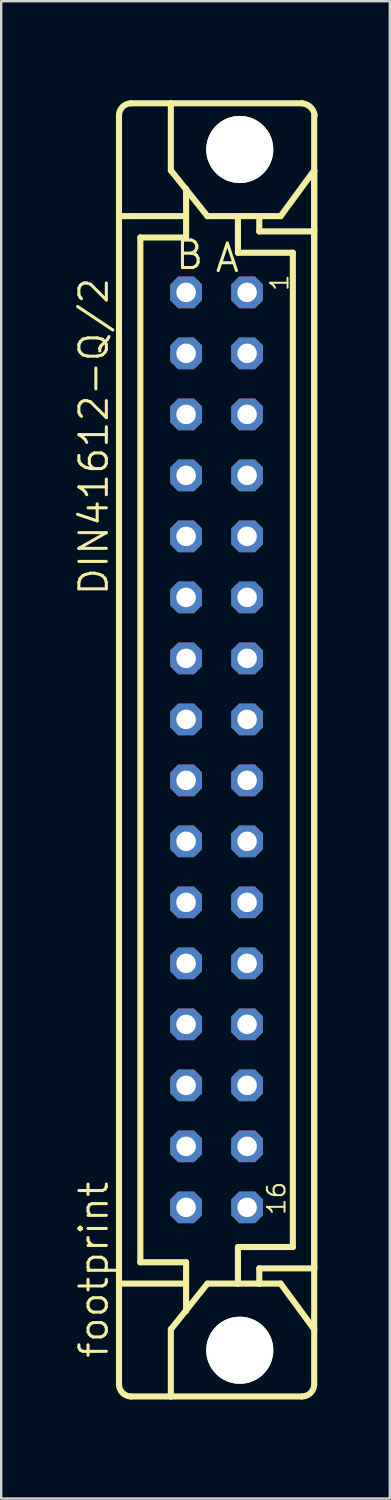
<source format=kicad_pcb>
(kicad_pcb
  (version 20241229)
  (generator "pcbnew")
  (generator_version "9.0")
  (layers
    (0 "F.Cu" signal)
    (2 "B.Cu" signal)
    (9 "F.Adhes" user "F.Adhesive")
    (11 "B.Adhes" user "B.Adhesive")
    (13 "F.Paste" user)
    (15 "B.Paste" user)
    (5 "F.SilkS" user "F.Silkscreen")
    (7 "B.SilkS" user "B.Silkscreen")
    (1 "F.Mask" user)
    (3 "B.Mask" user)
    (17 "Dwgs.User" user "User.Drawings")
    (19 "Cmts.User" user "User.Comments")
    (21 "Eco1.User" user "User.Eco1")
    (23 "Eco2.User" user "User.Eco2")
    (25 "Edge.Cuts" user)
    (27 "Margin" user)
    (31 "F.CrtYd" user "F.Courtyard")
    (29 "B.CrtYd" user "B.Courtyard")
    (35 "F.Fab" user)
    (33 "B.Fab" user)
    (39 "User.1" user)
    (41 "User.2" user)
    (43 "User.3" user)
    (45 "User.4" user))
  (footprint "footprint"
    (layer "F.Cu")
    (at 5.969 28.175)
    (property "Reference" "footprint" (at -4.445 25.4 90) (layer "F.SilkS") (effects (font (size 1.143 1.143) (thickness 0.127)) (justify left bottom)))
    (fp_line (start -4.064 -22.225) (end -4.064 -26.416) (stroke (width 0.254) (type solid)) (layer "F.SilkS"))
    (fp_line (start -4.064 -22.225) (end -4.064 22.225) (stroke (width 0.254) (type solid)) (layer "F.SilkS"))
    (fp_line (start -4.064 22.225) (end -4.064 26.416) (stroke (width 0.254) (type solid)) (layer "F.SilkS"))
    (fp_line (start -3.556 26.924) (end -1.905 26.924) (stroke (width 0.254) (type solid)) (layer "F.SilkS"))
    (fp_line (start -3.175 21.336) (end -3.175 -21.336) (stroke (width 0.254) (type solid)) (layer "F.SilkS"))
    (fp_line (start -1.905 -26.924) (end -3.556 -26.924) (stroke (width 0.254) (type solid)) (layer "F.SilkS"))
    (fp_line (start -1.905 -26.924) (end -1.905 -24.13) (stroke (width 0.254) (type solid)) (layer "F.SilkS"))
    (fp_line (start -1.905 26.924) (end -1.905 24.13) (stroke (width 0.254) (type solid)) (layer "F.SilkS"))
    (fp_line (start -1.905 26.924) (end 3.556 26.924) (stroke (width 0.254) (type solid)) (layer "F.SilkS"))
    (fp_line (start -1.27 -22.225) (end -4.064 -22.225) (stroke (width 0.254) (type solid)) (layer "F.SilkS"))
    (fp_line (start -1.27 -22.225) (end -1.27 -23.368) (stroke (width 0.254) (type solid)) (layer "F.SilkS"))
    (fp_line (start -1.27 -22.225) (end -1.27 -21.336) (stroke (width 0.254) (type solid)) (layer "F.SilkS"))
    (fp_line (start -1.27 -21.336) (end -3.175 -21.336) (stroke (width 0.254) (type solid)) (layer "F.SilkS"))
    (fp_line (start -1.27 21.336) (end -3.175 21.336) (stroke (width 0.254) (type solid)) (layer "F.SilkS"))
    (fp_line (start -1.27 22.225) (end -4.064 22.225) (stroke (width 0.254) (type solid)) (layer "F.SilkS"))
    (fp_line (start -1.27 22.225) (end -1.27 21.336) (stroke (width 0.254) (type solid)) (layer "F.SilkS"))
    (fp_line (start -1.27 22.225) (end -1.27 23.368) (stroke (width 0.254) (type solid)) (layer "F.SilkS"))
    (fp_line (start -0.381 -22.225) (end -1.905 -24.13) (stroke (width 0.254) (type solid)) (layer "F.SilkS"))
    (fp_line (start -0.381 -22.225) (end 0.889 -22.225) (stroke (width 0.254) (type solid)) (layer "F.SilkS"))
    (fp_line (start -0.381 22.225) (end -1.905 24.13) (stroke (width 0.254) (type solid)) (layer "F.SilkS"))
    (fp_line (start -0.381 22.225) (end 0.889 22.225) (stroke (width 0.254) (type solid)) (layer "F.SilkS"))
    (fp_line (start 0.889 -22.225) (end 1.778 -22.225) (stroke (width 0.254) (type solid)) (layer "F.SilkS"))
    (fp_line (start 0.889 -20.701) (end 0.889 -22.225) (stroke (width 0.254) (type solid)) (layer "F.SilkS"))
    (fp_line (start 0.889 22.225) (end 0.889 20.701) (stroke (width 0.254) (type solid)) (layer "F.SilkS"))
    (fp_line (start 0.889 22.225) (end 1.778 22.225) (stroke (width 0.254) (type solid)) (layer "F.SilkS"))
    (fp_line (start 1.778 -22.225) (end 1.778 -21.59) (stroke (width 0.254) (type solid)) (layer "F.SilkS"))
    (fp_line (start 1.778 -22.225) (end 2.667 -22.225) (stroke (width 0.254) (type solid)) (layer "F.SilkS"))
    (fp_line (start 1.778 -21.59) (end 4.064 -21.59) (stroke (width 0.254) (type solid)) (layer "F.SilkS"))
    (fp_line (start 1.778 21.59) (end 4.064 21.59) (stroke (width 0.254) (type solid)) (layer "F.SilkS"))
    (fp_line (start 1.778 22.225) (end 1.778 21.59) (stroke (width 0.254) (type solid)) (layer "F.SilkS"))
    (fp_line (start 1.778 22.225) (end 2.667 22.225) (stroke (width 0.254) (type solid)) (layer "F.SilkS"))
    (fp_line (start 2.667 -22.225) (end 4.064 -24.13) (stroke (width 0.254) (type solid)) (layer "F.SilkS"))
    (fp_line (start 2.667 22.225) (end 4.064 24.13) (stroke (width 0.254) (type solid)) (layer "F.SilkS"))
    (fp_line (start 3.175 -20.701) (end 0.889 -20.701) (stroke (width 0.254) (type solid)) (layer "F.SilkS"))
    (fp_line (start 3.175 20.701) (end 0.889 20.701) (stroke (width 0.254) (type solid)) (layer "F.SilkS"))
    (fp_line (start 3.175 20.701) (end 3.175 -20.701) (stroke (width 0.254) (type solid)) (layer "F.SilkS"))
    (fp_line (start 3.556 -26.924) (end -1.905 -26.924) (stroke (width 0.254) (type solid)) (layer "F.SilkS"))
    (fp_line (start 4.064 -24.13) (end 4.064 -26.416) (stroke (width 0.254) (type solid)) (layer "F.SilkS"))
    (fp_line (start 4.064 -24.13) (end 4.064 -21.59) (stroke (width 0.254) (type solid)) (layer "F.SilkS"))
    (fp_line (start 4.064 -21.59) (end 4.064 21.59) (stroke (width 0.254) (type solid)) (layer "F.SilkS"))
    (fp_line (start 4.064 21.59) (end 4.064 -24.13) (stroke (width 0.254) (type solid)) (layer "F.SilkS"))
    (fp_line (start 4.064 21.59) (end 4.064 24.13) (stroke (width 0.254) (type solid)) (layer "F.SilkS"))
    (fp_line (start 4.064 24.13) (end 4.064 26.416) (stroke (width 0.254) (type solid)) (layer "F.SilkS"))
    (fp_arc (start -4.064 -26.416) (mid -3.91521 -26.77521) (end -3.556 -26.924) (stroke (width 0.254) (type solid)) (layer "F.SilkS"))
    (fp_arc (start -3.556 26.924) (mid -3.91521 26.77521) (end -4.064 26.416) (stroke (width 0.254) (type solid)) (layer "F.SilkS"))
    (fp_arc (start 3.556 -26.924) (mid 3.909437 -26.764314) (end 4.086 -26.418999) (stroke (width 0.254) (type solid)) (layer "F.SilkS"))
    (fp_arc (start 4.064 26.416) (mid 3.91521 26.77521) (end 3.556 26.924) (stroke (width 0.254) (type solid)) (layer "F.SilkS"))
    (fp_circle (center 0.965 -25) (end 2.235 -25) (stroke (width 0.254) (type solid)) (fill no) (layer "F.SilkS"))
    (fp_circle (center 0.965 25) (end 2.235 25) (stroke (width 0.254) (type solid)) (fill no) (layer "F.SilkS"))
    (fp_text user "B" (at -1.778 -19.939 0) (layer "F.SilkS") (effects (font (size 1.143 1.143) (thickness 0.127)) (justify left bottom)))
    (fp_text user "DIN41612-Q/2" (at -4.445 -6.35 90) (layer "F.SilkS") (effects (font (size 1.143 1.143) (thickness 0.127)) (justify left bottom)))
    (fp_text user "16" (at 2.921 19.431 90) (layer "F.SilkS") (effects (font (size 0.732 0.732) (thickness 0.081)) (justify left bottom)))
    (fp_text user "A" (at -0.127 -19.812 0) (layer "F.SilkS") (effects (font (size 1.143 1.143) (thickness 0.127)) (justify left bottom)))
    (fp_text user "1" (at 3.048 -19.05 90) (layer "F.SilkS") (effects (font (size 0.732 0.732) (thickness 0.081)) (justify left bottom)))
    (pad "" np_thru_hole circle (at 0.965 -25) (size 2.794 2.794) (drill 2.794) (layers "*.Cu" "*.Mask"))
    (pad "" np_thru_hole circle (at 0.965 25) (size 2.794 2.794) (drill 2.794) (layers "*.Cu" "*.Mask"))
    (pad "A1" thru_hole roundrect (at 1.27 -19.05) (size 1.321 1.321) (drill 0.813) (layers "*.Cu" "*.Mask") (roundrect_rratio 0.25) (chamfer_ratio 0.25) (chamfer top_left top_right bottom_left bottom_right))
    (pad "A2" thru_hole roundrect (at 1.27 -16.51) (size 1.321 1.321) (drill 0.813) (layers "*.Cu" "*.Mask") (roundrect_rratio 0.25) (chamfer_ratio 0.25) (chamfer top_left top_right bottom_left bottom_right))
    (pad "A3" thru_hole roundrect (at 1.27 -13.97) (size 1.321 1.321) (drill 0.813) (layers "*.Cu" "*.Mask") (roundrect_rratio 0.25) (chamfer_ratio 0.25) (chamfer top_left top_right bottom_left bottom_right))
    (pad "A4" thru_hole roundrect (at 1.27 -11.43) (size 1.321 1.321) (drill 0.813) (layers "*.Cu" "*.Mask") (roundrect_rratio 0.25) (chamfer_ratio 0.25) (chamfer top_left top_right bottom_left bottom_right))
    (pad "A5" thru_hole roundrect (at 1.27 -8.89) (size 1.321 1.321) (drill 0.813) (layers "*.Cu" "*.Mask") (roundrect_rratio 0.25) (chamfer_ratio 0.25) (chamfer top_left top_right bottom_left bottom_right))
    (pad "A6" thru_hole roundrect (at 1.27 -6.35) (size 1.321 1.321) (drill 0.813) (layers "*.Cu" "*.Mask") (roundrect_rratio 0.25) (chamfer_ratio 0.25) (chamfer top_left top_right bottom_left bottom_right))
    (pad "A7" thru_hole roundrect (at 1.27 -3.81) (size 1.321 1.321) (drill 0.813) (layers "*.Cu" "*.Mask") (roundrect_rratio 0.25) (chamfer_ratio 0.25) (chamfer top_left top_right bottom_left bottom_right))
    (pad "A8" thru_hole roundrect (at 1.27 -1.27) (size 1.321 1.321) (drill 0.813) (layers "*.Cu" "*.Mask") (roundrect_rratio 0.25) (chamfer_ratio 0.25) (chamfer top_left top_right bottom_left bottom_right))
    (pad "A9" thru_hole roundrect (at 1.27 1.27) (size 1.321 1.321) (drill 0.813) (layers "*.Cu" "*.Mask") (roundrect_rratio 0.25) (chamfer_ratio 0.25) (chamfer top_left top_right bottom_left bottom_right))
    (pad "A10" thru_hole roundrect (at 1.27 3.81) (size 1.321 1.321) (drill 0.813) (layers "*.Cu" "*.Mask") (roundrect_rratio 0.25) (chamfer_ratio 0.25) (chamfer top_left top_right bottom_left bottom_right))
    (pad "A11" thru_hole roundrect (at 1.27 6.35) (size 1.321 1.321) (drill 0.813) (layers "*.Cu" "*.Mask") (roundrect_rratio 0.25) (chamfer_ratio 0.25) (chamfer top_left top_right bottom_left bottom_right))
    (pad "A12" thru_hole roundrect (at 1.27 8.89) (size 1.321 1.321) (drill 0.813) (layers "*.Cu" "*.Mask") (roundrect_rratio 0.25) (chamfer_ratio 0.25) (chamfer top_left top_right bottom_left bottom_right))
    (pad "A13" thru_hole roundrect (at 1.27 11.43) (size 1.321 1.321) (drill 0.813) (layers "*.Cu" "*.Mask") (roundrect_rratio 0.25) (chamfer_ratio 0.25) (chamfer top_left top_right bottom_left bottom_right))
    (pad "A14" thru_hole roundrect (at 1.27 13.97) (size 1.321 1.321) (drill 0.813) (layers "*.Cu" "*.Mask") (roundrect_rratio 0.25) (chamfer_ratio 0.25) (chamfer top_left top_right bottom_left bottom_right))
    (pad "A15" thru_hole roundrect (at 1.27 16.51) (size 1.321 1.321) (drill 0.813) (layers "*.Cu" "*.Mask") (roundrect_rratio 0.25) (chamfer_ratio 0.25) (chamfer top_left top_right bottom_left bottom_right))
    (pad "A16" thru_hole roundrect (at 1.27 19.05) (size 1.321 1.321) (drill 0.813) (layers "*.Cu" "*.Mask") (roundrect_rratio 0.25) (chamfer_ratio 0.25) (chamfer top_left top_right bottom_left bottom_right))
    (pad "B1" thru_hole roundrect (at -1.27 -19.05) (size 1.321 1.321) (drill 0.813) (layers "*.Cu" "*.Mask") (roundrect_rratio 0.25) (chamfer_ratio 0.25) (chamfer top_left top_right bottom_left bottom_right))
    (pad "B2" thru_hole roundrect (at -1.27 -16.51) (size 1.321 1.321) (drill 0.813) (layers "*.Cu" "*.Mask") (roundrect_rratio 0.25) (chamfer_ratio 0.25) (chamfer top_left top_right bottom_left bottom_right))
    (pad "B3" thru_hole roundrect (at -1.27 -13.97) (size 1.321 1.321) (drill 0.813) (layers "*.Cu" "*.Mask") (roundrect_rratio 0.25) (chamfer_ratio 0.25) (chamfer top_left top_right bottom_left bottom_right))
    (pad "B4" thru_hole roundrect (at -1.27 -11.43) (size 1.321 1.321) (drill 0.813) (layers "*.Cu" "*.Mask") (roundrect_rratio 0.25) (chamfer_ratio 0.25) (chamfer top_left top_right bottom_left bottom_right))
    (pad "B5" thru_hole roundrect (at -1.27 -8.89) (size 1.321 1.321) (drill 0.813) (layers "*.Cu" "*.Mask") (roundrect_rratio 0.25) (chamfer_ratio 0.25) (chamfer top_left top_right bottom_left bottom_right))
    (pad "B6" thru_hole roundrect (at -1.27 -6.35) (size 1.321 1.321) (drill 0.813) (layers "*.Cu" "*.Mask") (roundrect_rratio 0.25) (chamfer_ratio 0.25) (chamfer top_left top_right bottom_left bottom_right))
    (pad "B7" thru_hole roundrect (at -1.27 -3.81) (size 1.321 1.321) (drill 0.813) (layers "*.Cu" "*.Mask") (roundrect_rratio 0.25) (chamfer_ratio 0.25) (chamfer top_left top_right bottom_left bottom_right))
    (pad "B8" thru_hole roundrect (at -1.27 -1.27) (size 1.321 1.321) (drill 0.813) (layers "*.Cu" "*.Mask") (roundrect_rratio 0.25) (chamfer_ratio 0.25) (chamfer top_left top_right bottom_left bottom_right))
    (pad "B9" thru_hole roundrect (at -1.27 1.27) (size 1.321 1.321) (drill 0.813) (layers "*.Cu" "*.Mask") (roundrect_rratio 0.25) (chamfer_ratio 0.25) (chamfer top_left top_right bottom_left bottom_right))
    (pad "B10" thru_hole roundrect (at -1.27 3.81) (size 1.321 1.321) (drill 0.813) (layers "*.Cu" "*.Mask") (roundrect_rratio 0.25) (chamfer_ratio 0.25) (chamfer top_left top_right bottom_left bottom_right))
    (pad "B11" thru_hole roundrect (at -1.27 6.35) (size 1.321 1.321) (drill 0.813) (layers "*.Cu" "*.Mask") (roundrect_rratio 0.25) (chamfer_ratio 0.25) (chamfer top_left top_right bottom_left bottom_right))
    (pad "B12" thru_hole roundrect (at -1.27 8.89) (size 1.321 1.321) (drill 0.813) (layers "*.Cu" "*.Mask") (roundrect_rratio 0.25) (chamfer_ratio 0.25) (chamfer top_left top_right bottom_left bottom_right))
    (pad "B13" thru_hole roundrect (at -1.27 11.43) (size 1.321 1.321) (drill 0.813) (layers "*.Cu" "*.Mask") (roundrect_rratio 0.25) (chamfer_ratio 0.25) (chamfer top_left top_right bottom_left bottom_right))
    (pad "B14" thru_hole roundrect (at -1.27 13.97) (size 1.321 1.321) (drill 0.813) (layers "*.Cu" "*.Mask") (roundrect_rratio 0.25) (chamfer_ratio 0.25) (chamfer top_left top_right bottom_left bottom_right))
    (pad "B15" thru_hole roundrect (at -1.27 16.51) (size 1.321 1.321) (drill 0.813) (layers "*.Cu" "*.Mask") (roundrect_rratio 0.25) (chamfer_ratio 0.25) (chamfer top_left top_right bottom_left bottom_right))
    (pad "B16" thru_hole roundrect (at -1.27 19.05) (size 1.321 1.321) (drill 0.813) (layers "*.Cu" "*.Mask") (roundrect_rratio 0.25) (chamfer_ratio 0.25) (chamfer top_left top_right bottom_left bottom_right))
    (zone (net_name "") (layers "F.Cu" "B.Cu") (hatch edge 0.508) (connect_pads) (min_thickness 0.254) (filled_areas_thickness no) (keepout (tracks allowed) (vias not_allowed) (pads allowed) (copperpour allowed) (footprints allowed)) (placement (enabled no)) (fill) (polygon (pts (xy 10.109 3.175) (xy 10.061 2.624) (xy 9.918 2.089) (xy 9.684 1.587) (xy 9.366 1.134) (xy 8.975 0.743) (xy 8.522 0.425) (xy 8.02 0.191) (xy 7.486 0.048) (xy 6.934 0) (xy 6.383 0.048) (xy 5.848 0.191) (xy 5.347 0.425) (xy 4.893 0.743) (xy 4.502 1.134) (xy 4.185 1.587) (xy 3.951 2.089) (xy 3.807 2.624) (xy 3.759 3.175) (xy 3.807 3.726) (xy 3.951 4.261) (xy 4.185 4.763) (xy 4.502 5.216) (xy 4.893 5.607) (xy 5.347 5.925) (xy 5.848 6.159) (xy 6.383 6.302) (xy 6.934 6.35) (xy 7.486 6.302) (xy 8.02 6.159) (xy 8.522 5.925) (xy 8.975 5.607) (xy 9.366 5.216) (xy 9.684 4.763) (xy 9.918 4.261) (xy 10.061 3.726))) (polygon (pts (xy 8.331 3.175) (xy 8.31 2.932) (xy 8.247 2.697) (xy 8.144 2.477) (xy 8.004 2.277) (xy 7.832 2.105) (xy 7.633 1.965) (xy 7.412 1.862) (xy 7.177 1.799) (xy 6.934 1.778) (xy 6.692 1.799) (xy 6.456 1.862) (xy 6.236 1.965) (xy 6.036 2.105) (xy 5.864 2.277) (xy 5.724 2.477) (xy 5.621 2.697) (xy 5.558 2.932) (xy 5.537 3.175) (xy 5.558 3.418) (xy 5.621 3.653) (xy 5.724 3.873) (xy 5.864 4.073) (xy 6.036 4.245) (xy 6.236 4.385) (xy 6.456 4.488) (xy 6.692 4.551) (xy 6.934 4.572) (xy 7.177 4.551) (xy 7.412 4.488) (xy 7.633 4.385) (xy 7.832 4.245) (xy 8.004 4.073) (xy 8.144 3.873) (xy 8.247 3.653) (xy 8.31 3.418))))
    (zone (net_name "") (layers "F.Cu" "B.Cu") (hatch edge 0.508) (connect_pads) (min_thickness 0.254) (filled_areas_thickness no) (keepout (tracks allowed) (vias not_allowed) (pads allowed) (copperpour allowed) (footprints allowed)) (placement (enabled no)) (fill) (polygon (pts (xy 10.109 53.175) (xy 10.061 52.624) (xy 9.918 52.089) (xy 9.684 51.587) (xy 9.366 51.134) (xy 8.975 50.743) (xy 8.522 50.425) (xy 8.02 50.191) (xy 7.486 50.048) (xy 6.934 50) (xy 6.383 50.048) (xy 5.848 50.191) (xy 5.347 50.425) (xy 4.893 50.743) (xy 4.502 51.134) (xy 4.185 51.587) (xy 3.951 52.089) (xy 3.807 52.624) (xy 3.759 53.175) (xy 3.807 53.726) (xy 3.951 54.261) (xy 4.185 54.763) (xy 4.502 55.216) (xy 4.893 55.607) (xy 5.347 55.925) (xy 5.848 56.159) (xy 6.383 56.302) (xy 6.934 56.35) (xy 7.486 56.302) (xy 8.02 56.159) (xy 8.522 55.925) (xy 8.975 55.607) (xy 9.366 55.216) (xy 9.684 54.763) (xy 9.918 54.261) (xy 10.061 53.726))) (polygon (pts (xy 8.331 53.175) (xy 8.31 52.932) (xy 8.247 52.697) (xy 8.144 52.477) (xy 8.004 52.277) (xy 7.832 52.105) (xy 7.633 51.965) (xy 7.412 51.862) (xy 7.177 51.799) (xy 6.934 51.778) (xy 6.692 51.799) (xy 6.456 51.862) (xy 6.236 51.965) (xy 6.036 52.105) (xy 5.864 52.277) (xy 5.724 52.477) (xy 5.621 52.697) (xy 5.558 52.932) (xy 5.537 53.175) (xy 5.558 53.418) (xy 5.621 53.653) (xy 5.724 53.873) (xy 5.864 54.073) (xy 6.036 54.245) (xy 6.236 54.385) (xy 6.456 54.488) (xy 6.692 54.551) (xy 6.934 54.572) (xy 7.177 54.551) (xy 7.412 54.488) (xy 7.633 54.385) (xy 7.832 54.245) (xy 8.004 54.073) (xy 8.144 53.873) (xy 8.247 53.653) (xy 8.31 53.418))))
    (zone (net_name "") (layer "B.Cu") (hatch edge 0.508) (connect_pads) (min_thickness 0.254) (filled_areas_thickness no) (keepout (tracks not_allowed) (vias not_allowed) (pads not_allowed) (copperpour not_allowed) (footprints allowed)) (placement (enabled no)) (fill) (polygon (pts (xy 10.109 3.175) (xy 10.061 2.624) (xy 9.918 2.089) (xy 9.684 1.587) (xy 9.366 1.134) (xy 8.975 0.743) (xy 8.522 0.425) (xy 8.02 0.191) (xy 7.486 0.048) (xy 6.934 0) (xy 6.383 0.048) (xy 5.848 0.191) (xy 5.347 0.425) (xy 4.893 0.743) (xy 4.502 1.134) (xy 4.185 1.587) (xy 3.951 2.089) (xy 3.807 2.624) (xy 3.759 3.175) (xy 3.807 3.726) (xy 3.951 4.261) (xy 4.185 4.763) (xy 4.502 5.216) (xy 4.893 5.607) (xy 5.347 5.925) (xy 5.848 6.159) (xy 6.383 6.302) (xy 6.934 6.35) (xy 7.486 6.302) (xy 8.02 6.159) (xy 8.522 5.925) (xy 8.975 5.607) (xy 9.366 5.216) (xy 9.684 4.763) (xy 9.918 4.261) (xy 10.061 3.726))) (polygon (pts (xy 8.331 3.175) (xy 8.31 2.932) (xy 8.247 2.697) (xy 8.144 2.477) (xy 8.004 2.277) (xy 7.832 2.105) (xy 7.633 1.965) (xy 7.412 1.862) (xy 7.177 1.799) (xy 6.934 1.778) (xy 6.692 1.799) (xy 6.456 1.862) (xy 6.236 1.965) (xy 6.036 2.105) (xy 5.864 2.277) (xy 5.724 2.477) (xy 5.621 2.697) (xy 5.558 2.932) (xy 5.537 3.175) (xy 5.558 3.418) (xy 5.621 3.653) (xy 5.724 3.873) (xy 5.864 4.073) (xy 6.036 4.245) (xy 6.236 4.385) (xy 6.456 4.488) (xy 6.692 4.551) (xy 6.934 4.572) (xy 7.177 4.551) (xy 7.412 4.488) (xy 7.633 4.385) (xy 7.832 4.245) (xy 8.004 4.073) (xy 8.144 3.873) (xy 8.247 3.653) (xy 8.31 3.418))))
    (zone (net_name "") (layer "B.Cu") (hatch edge 0.508) (connect_pads) (min_thickness 0.254) (filled_areas_thickness no) (keepout (tracks not_allowed) (vias not_allowed) (pads not_allowed) (copperpour not_allowed) (footprints allowed)) (placement (enabled no)) (fill) (polygon (pts (xy 10.109 53.175) (xy 10.061 52.624) (xy 9.918 52.089) (xy 9.684 51.587) (xy 9.366 51.134) (xy 8.975 50.743) (xy 8.522 50.425) (xy 8.02 50.191) (xy 7.486 50.048) (xy 6.934 50) (xy 6.383 50.048) (xy 5.848 50.191) (xy 5.347 50.425) (xy 4.893 50.743) (xy 4.502 51.134) (xy 4.185 51.587) (xy 3.951 52.089) (xy 3.807 52.624) (xy 3.759 53.175) (xy 3.807 53.726) (xy 3.951 54.261) (xy 4.185 54.763) (xy 4.502 55.216) (xy 4.893 55.607) (xy 5.347 55.925) (xy 5.848 56.159) (xy 6.383 56.302) (xy 6.934 56.35) (xy 7.486 56.302) (xy 8.02 56.159) (xy 8.522 55.925) (xy 8.975 55.607) (xy 9.366 55.216) (xy 9.684 54.763) (xy 9.918 54.261) (xy 10.061 53.726))) (polygon (pts (xy 8.331 53.175) (xy 8.31 52.932) (xy 8.247 52.697) (xy 8.144 52.477) (xy 8.004 52.277) (xy 7.832 52.105) (xy 7.633 51.965) (xy 7.412 51.862) (xy 7.177 51.799) (xy 6.934 51.778) (xy 6.692 51.799) (xy 6.456 51.862) (xy 6.236 51.965) (xy 6.036 52.105) (xy 5.864 52.277) (xy 5.724 52.477) (xy 5.621 52.697) (xy 5.558 52.932) (xy 5.537 53.175) (xy 5.558 53.418) (xy 5.621 53.653) (xy 5.724 53.873) (xy 5.864 54.073) (xy 6.036 54.245) (xy 6.236 54.385) (xy 6.456 54.488) (xy 6.692 54.551) (xy 6.934 54.572) (xy 7.177 54.551) (xy 7.412 54.488) (xy 7.633 54.385) (xy 7.832 54.245) (xy 8.004 54.073) (xy 8.144 53.873) (xy 8.247 53.653) (xy 8.31 53.418)))))
  (gr_rect
    (start -3 -3)
    (end 13.182 59.35)
    (stroke (width 0.1) (type default))
    (fill no)
    (layer "Edge.Cuts")))
</source>
